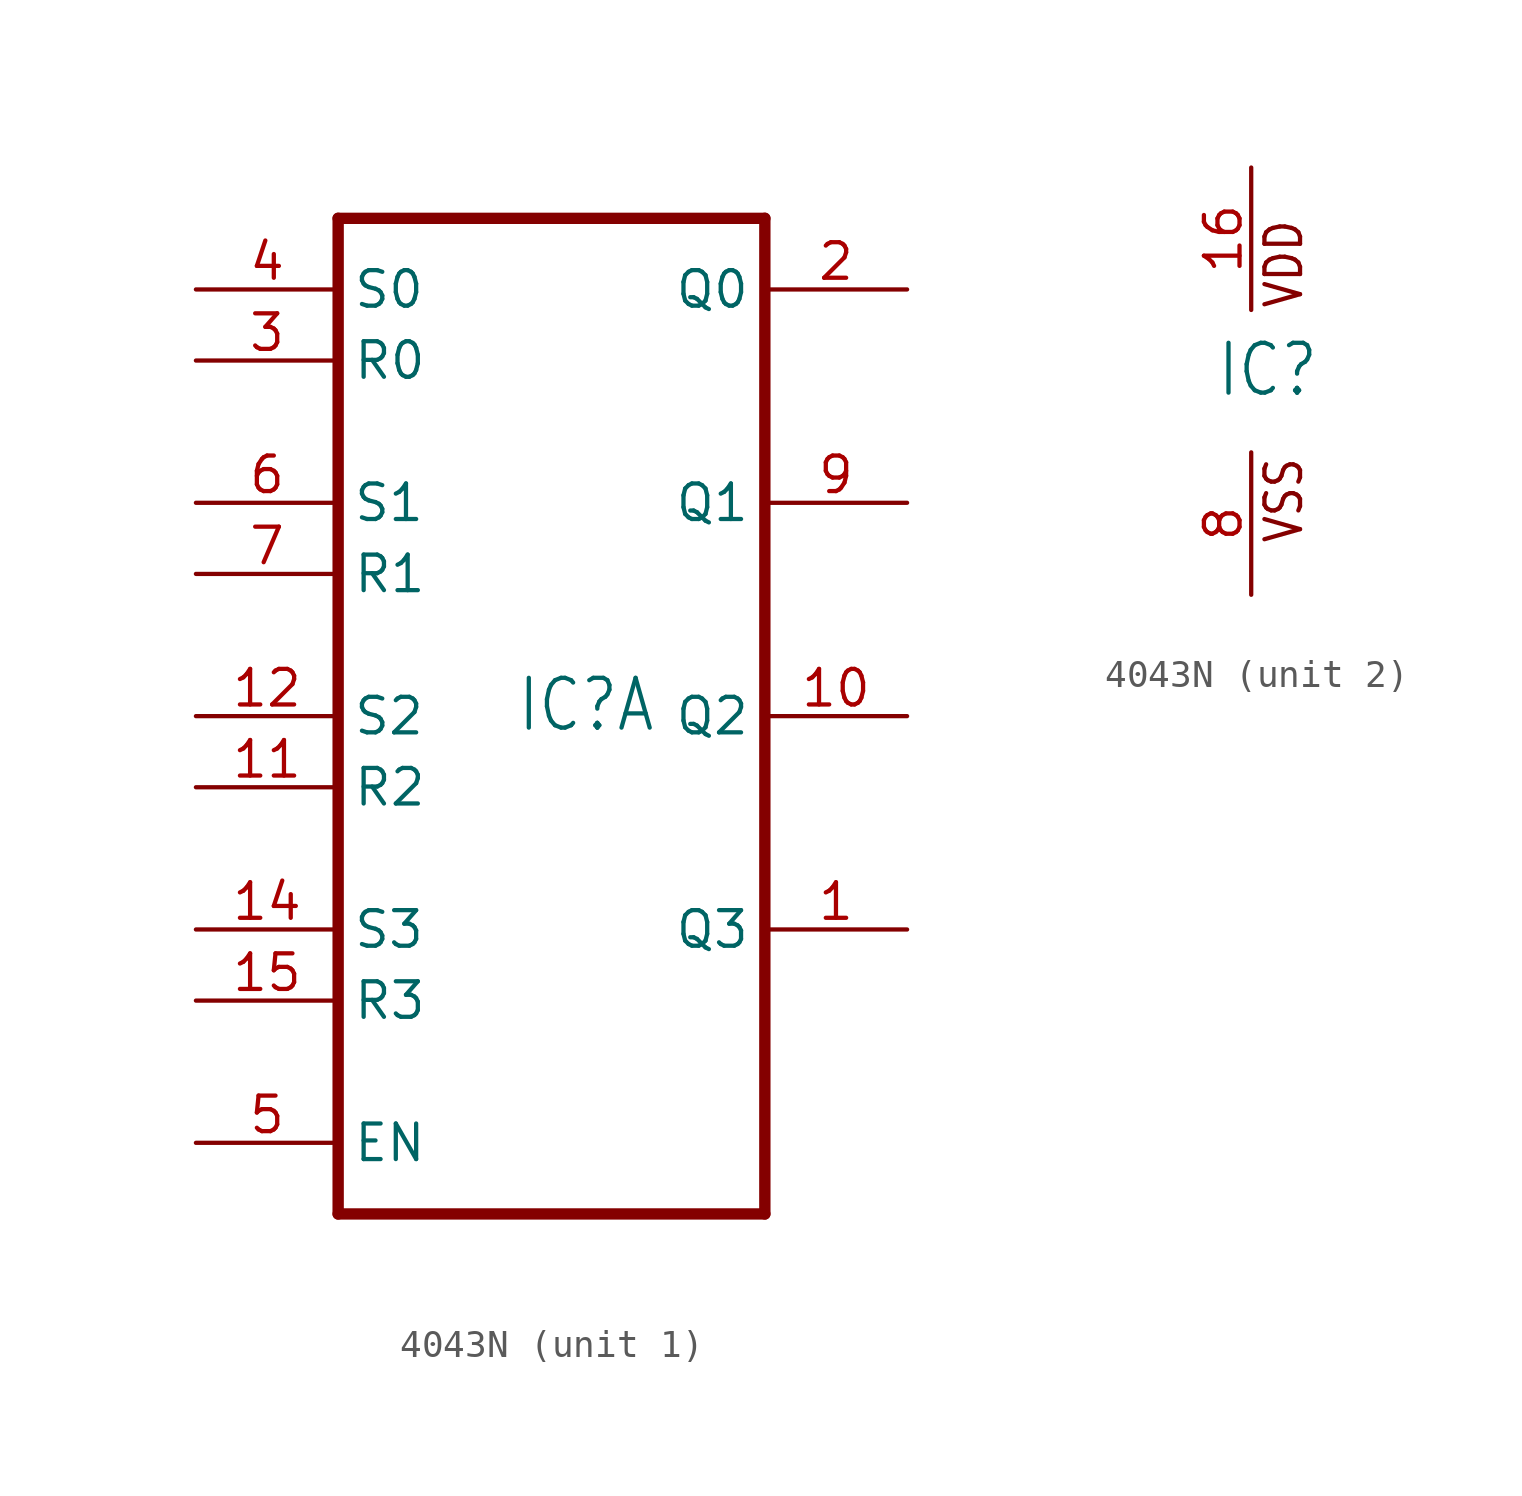
<source format=kicad_sym>
(kicad_symbol_lib
  (version 20211014)
  (generator kicad_symbol_editor)
  (symbol "4043N"
    (property "Reference" "IC"
      (at -1.27 -0.635 0)
      (effects (font (size 1.778 1.511)) (justify left bottom)))
    (property "ki_locked" ""
      (at 0 0 0)
      (effects (font (size 1.27 1.27))))
    (symbol "4043N_1_0"
      (polyline (pts (xy -7.62 -17.78) (xy 7.62 -17.78)) (stroke (width 0.406) (type default) (color 0 0 0 0)) (fill (type none)))
      (polyline (pts (xy -7.62 17.78) (xy -7.62 -17.78)) (stroke (width 0.406) (type default) (color 0 0 0 0)) (fill (type none)))
      (polyline (pts (xy 7.62 -17.78) (xy 7.62 17.78)) (stroke (width 0.406) (type default) (color 0 0 0 0)) (fill (type none)))
      (polyline (pts (xy 7.62 17.78) (xy -7.62 17.78)) (stroke (width 0.406) (type default) (color 0 0 0 0)) (fill (type none)))
      (pin output line (at 12.7 -7.62 180) (length 5.08) (name "Q3" (effects (font (size 1.27 1.27)))) (number "1" (effects (font (size 1.27 1.27)))))
      (pin output line (at 12.7 0 180) (length 5.08) (name "Q2" (effects (font (size 1.27 1.27)))) (number "10" (effects (font (size 1.27 1.27)))))
      (pin input line (at -12.7 -2.54 0) (length 5.08) (name "R2" (effects (font (size 1.27 1.27)))) (number "11" (effects (font (size 1.27 1.27)))))
      (pin input line (at -12.7 0 0) (length 5.08) (name "S2" (effects (font (size 1.27 1.27)))) (number "12" (effects (font (size 1.27 1.27)))))
      (pin input line (at -12.7 -7.62 0) (length 5.08) (name "S3" (effects (font (size 1.27 1.27)))) (number "14" (effects (font (size 1.27 1.27)))))
      (pin input line (at -12.7 -10.16 0) (length 5.08) (name "R3" (effects (font (size 1.27 1.27)))) (number "15" (effects (font (size 1.27 1.27)))))
      (pin output line (at 12.7 15.24 180) (length 5.08) (name "Q0" (effects (font (size 1.27 1.27)))) (number "2" (effects (font (size 1.27 1.27)))))
      (pin input line (at -12.7 12.7 0) (length 5.08) (name "R0" (effects (font (size 1.27 1.27)))) (number "3" (effects (font (size 1.27 1.27)))))
      (pin input line (at -12.7 15.24 0) (length 5.08) (name "S0" (effects (font (size 1.27 1.27)))) (number "4" (effects (font (size 1.27 1.27)))))
      (pin input line (at -12.7 -15.24 0) (length 5.08) (name "EN" (effects (font (size 1.27 1.27)))) (number "5" (effects (font (size 1.27 1.27)))))
      (pin input line (at -12.7 7.62 0) (length 5.08) (name "S1" (effects (font (size 1.27 1.27)))) (number "6" (effects (font (size 1.27 1.27)))))
      (pin input line (at -12.7 5.08 0) (length 5.08) (name "R1" (effects (font (size 1.27 1.27)))) (number "7" (effects (font (size 1.27 1.27)))))
      (pin output line (at 12.7 7.62 180) (length 5.08) (name "Q1" (effects (font (size 1.27 1.27)))) (number "9" (effects (font (size 1.27 1.27))))))
    (symbol "4043N_2_0"
      (text "VDD" (at 1.905 2.54 900) (effects (font (size 1.27 1.079)) (justify left bottom)))
      (text "VSS" (at 1.905 -5.842 900) (effects (font (size 1.27 1.079)) (justify left bottom)))
      (pin power_in line (at 0 7.62 270) (length 5.08) (name "VDD" (effects (font (size 0 0)))) (number "16" (effects (font (size 1.27 1.27)))))
      (pin power_in line (at 0 -7.62 90) (length 5.08) (name "VSS" (effects (font (size 0 0)))) (number "8" (effects (font (size 1.27 1.27))))))))
</source>
